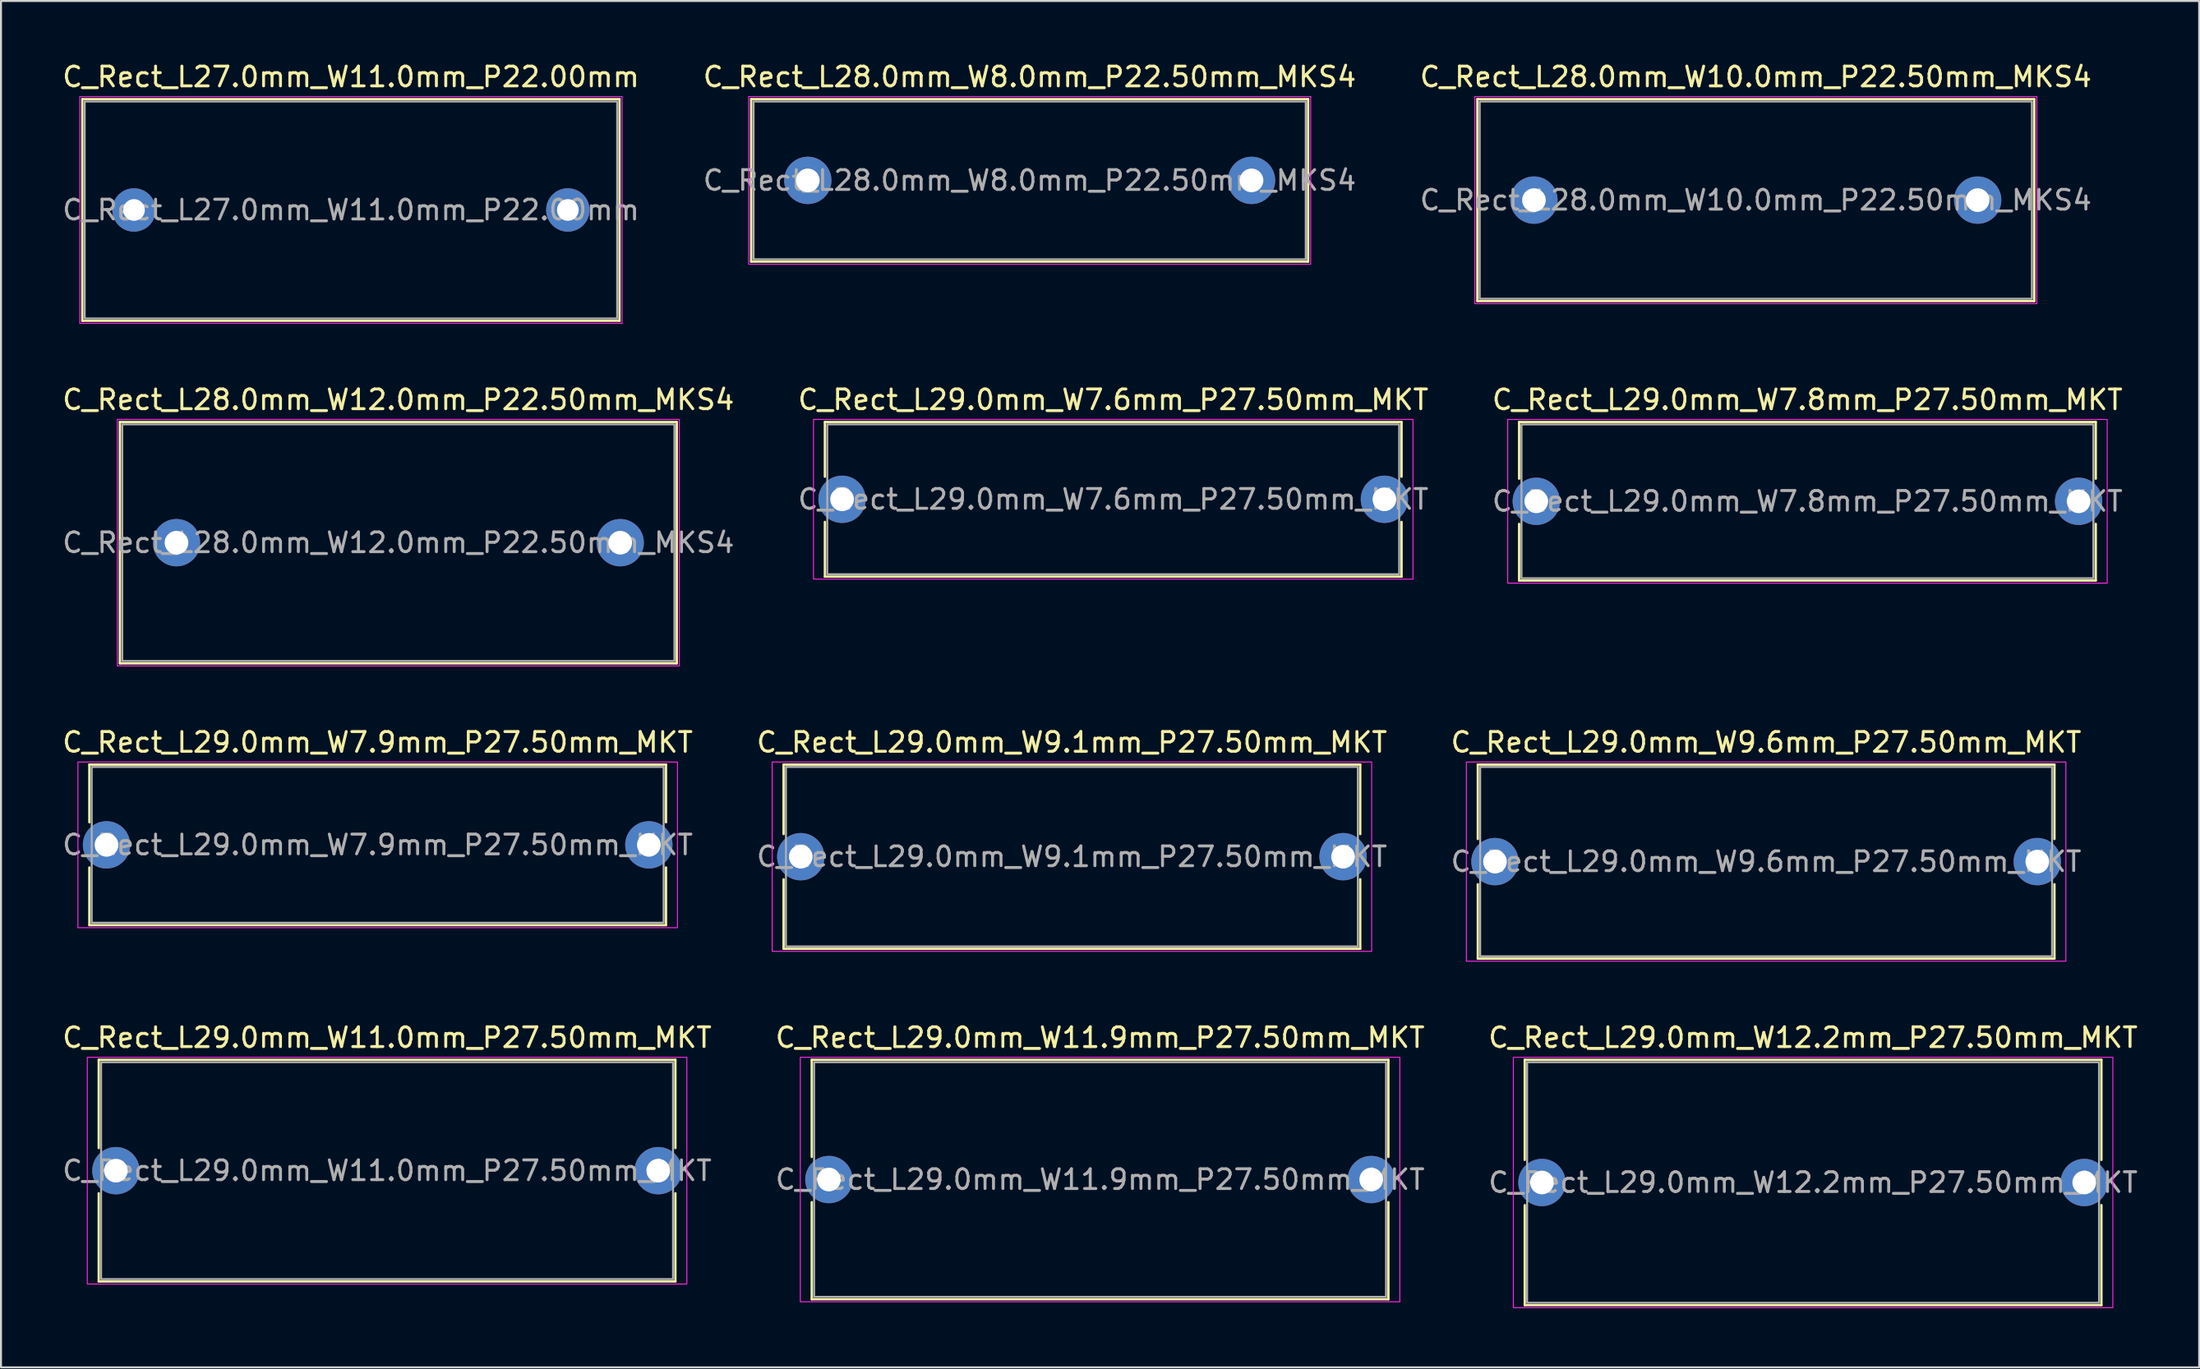
<source format=kicad_pcb>
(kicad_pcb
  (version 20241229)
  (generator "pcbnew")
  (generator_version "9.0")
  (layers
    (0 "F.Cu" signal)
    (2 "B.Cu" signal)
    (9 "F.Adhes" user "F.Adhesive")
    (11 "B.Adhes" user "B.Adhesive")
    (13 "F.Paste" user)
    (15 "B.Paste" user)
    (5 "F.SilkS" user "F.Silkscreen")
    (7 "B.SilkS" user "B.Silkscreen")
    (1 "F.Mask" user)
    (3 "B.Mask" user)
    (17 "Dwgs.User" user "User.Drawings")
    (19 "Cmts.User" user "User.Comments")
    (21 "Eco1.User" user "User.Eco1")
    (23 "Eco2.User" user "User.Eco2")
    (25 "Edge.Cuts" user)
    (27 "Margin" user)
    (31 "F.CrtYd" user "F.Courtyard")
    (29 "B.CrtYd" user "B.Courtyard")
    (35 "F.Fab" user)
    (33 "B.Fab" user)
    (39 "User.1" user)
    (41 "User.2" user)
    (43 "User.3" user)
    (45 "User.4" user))
  (footprint "C_Rect_L29.0mm_W9.6mm_P27.50mm_MKT"
    (layer "F.Cu")
    (at 72.756 40.645)
    (property "Reference" "C_Rect_L29.0mm_W9.6mm_P27.50mm_MKT" (at 13.75 -6.05 0) (layer "F.SilkS") (effects (font (size 1 1) (thickness 0.15))))
    (attr through_hole)
    (fp_line (start -0.87 -4.92) (end 28.37 -4.92) (stroke (width 0.12) (type solid)) (layer "F.SilkS"))
    (fp_line (start -0.87 -1.147) (end -0.87 -4.92) (stroke (width 0.12) (type solid)) (layer "F.SilkS"))
    (fp_line (start -0.87 4.92) (end -0.87 1.147) (stroke (width 0.12) (type solid)) (layer "F.SilkS"))
    (fp_line (start 28.37 -4.92) (end 28.37 -1.147) (stroke (width 0.12) (type solid)) (layer "F.SilkS"))
    (fp_line (start 28.37 1.147) (end 28.37 4.92) (stroke (width 0.12) (type solid)) (layer "F.SilkS"))
    (fp_line (start 28.37 4.92) (end -0.87 4.92) (stroke (width 0.12) (type solid)) (layer "F.SilkS"))
    (fp_rect (start -1.45 -5.05) (end 28.95 5.05) (stroke (width 0.05) (type solid)) (fill no) (layer "F.CrtYd"))
    (fp_rect (start -0.75 -4.8) (end 28.25 4.8) (stroke (width 0.1) (type solid)) (fill no) (layer "F.Fab"))
    (fp_text user "${REFERENCE}" (at 13.75 0 0) (layer "F.Fab") (effects (font (size 1 1) (thickness 0.15))))
    (pad "1" thru_hole circle (at 0 0) (size 2.4 2.4) (drill 1.2) (layers "*.Cu" "*.Mask"))
    (pad "2" thru_hole circle (at 27.5 0) (size 2.4 2.4) (drill 1.2) (layers "*.Cu" "*.Mask")))
  (footprint "C_Rect_L29.0mm_W11.9mm_P27.50mm_MKT"
    (layer "F.Cu")
    (at 38.982 56.768)
    (property "Reference" "C_Rect_L29.0mm_W11.9mm_P27.50mm_MKT" (at 13.75 -7.2 0) (layer "F.SilkS") (effects (font (size 1 1) (thickness 0.15))))
    (attr through_hole)
    (fp_line (start -0.87 -6.07) (end 28.37 -6.07) (stroke (width 0.12) (type solid)) (layer "F.SilkS"))
    (fp_line (start -0.87 -1.147) (end -0.87 -6.07) (stroke (width 0.12) (type solid)) (layer "F.SilkS"))
    (fp_line (start -0.87 6.07) (end -0.87 1.147) (stroke (width 0.12) (type solid)) (layer "F.SilkS"))
    (fp_line (start 28.37 -6.07) (end 28.37 -1.147) (stroke (width 0.12) (type solid)) (layer "F.SilkS"))
    (fp_line (start 28.37 1.147) (end 28.37 6.07) (stroke (width 0.12) (type solid)) (layer "F.SilkS"))
    (fp_line (start 28.37 6.07) (end -0.87 6.07) (stroke (width 0.12) (type solid)) (layer "F.SilkS"))
    (fp_rect (start -1.45 -6.2) (end 28.95 6.2) (stroke (width 0.05) (type solid)) (fill no) (layer "F.CrtYd"))
    (fp_rect (start -0.75 -5.95) (end 28.25 5.95) (stroke (width 0.1) (type solid)) (fill no) (layer "F.Fab"))
    (fp_text user "${REFERENCE}" (at 13.75 0 0) (layer "F.Fab") (effects (font (size 1 1) (thickness 0.15))))
    (pad "1" thru_hole circle (at 0 0) (size 2.4 2.4) (drill 1.2) (layers "*.Cu" "*.Mask"))
    (pad "2" thru_hole circle (at 27.5 0) (size 2.4 2.4) (drill 1.2) (layers "*.Cu" "*.Mask")))
  (footprint "C_Rect_L29.0mm_W12.2mm_P27.50mm_MKT"
    (layer "F.Cu")
    (at 75.137 56.918)
    (property "Reference" "C_Rect_L29.0mm_W12.2mm_P27.50mm_MKT" (at 13.75 -7.35 0) (layer "F.SilkS") (effects (font (size 1 1) (thickness 0.15))))
    (attr through_hole)
    (fp_line (start -0.87 -6.22) (end 28.37 -6.22) (stroke (width 0.12) (type solid)) (layer "F.SilkS"))
    (fp_line (start -0.87 -1.147) (end -0.87 -6.22) (stroke (width 0.12) (type solid)) (layer "F.SilkS"))
    (fp_line (start -0.87 6.22) (end -0.87 1.147) (stroke (width 0.12) (type solid)) (layer "F.SilkS"))
    (fp_line (start 28.37 -6.22) (end 28.37 -1.147) (stroke (width 0.12) (type solid)) (layer "F.SilkS"))
    (fp_line (start 28.37 1.147) (end 28.37 6.22) (stroke (width 0.12) (type solid)) (layer "F.SilkS"))
    (fp_line (start 28.37 6.22) (end -0.87 6.22) (stroke (width 0.12) (type solid)) (layer "F.SilkS"))
    (fp_rect (start -1.45 -6.35) (end 28.95 6.35) (stroke (width 0.05) (type solid)) (fill no) (layer "F.CrtYd"))
    (fp_rect (start -0.75 -6.1) (end 28.25 6.1) (stroke (width 0.1) (type solid)) (fill no) (layer "F.Fab"))
    (fp_text user "${REFERENCE}" (at 13.75 0 0) (layer "F.Fab") (effects (font (size 1 1) (thickness 0.15))))
    (pad "1" thru_hole circle (at 0 0) (size 2.4 2.4) (drill 1.2) (layers "*.Cu" "*.Mask"))
    (pad "2" thru_hole circle (at 27.5 0) (size 2.4 2.4) (drill 1.2) (layers "*.Cu" "*.Mask")))
  (footprint "C_Rect_L29.0mm_W9.1mm_P27.50mm_MKT"
    (layer "F.Cu")
    (at 37.554 40.395)
    (property "Reference" "C_Rect_L29.0mm_W9.1mm_P27.50mm_MKT" (at 13.75 -5.8 0) (layer "F.SilkS") (effects (font (size 1 1) (thickness 0.15))))
    (attr through_hole)
    (fp_line (start -0.87 -4.67) (end 28.37 -4.67) (stroke (width 0.12) (type solid)) (layer "F.SilkS"))
    (fp_line (start -0.87 -1.147) (end -0.87 -4.67) (stroke (width 0.12) (type solid)) (layer "F.SilkS"))
    (fp_line (start -0.87 4.67) (end -0.87 1.147) (stroke (width 0.12) (type solid)) (layer "F.SilkS"))
    (fp_line (start 28.37 -4.67) (end 28.37 -1.147) (stroke (width 0.12) (type solid)) (layer "F.SilkS"))
    (fp_line (start 28.37 1.147) (end 28.37 4.67) (stroke (width 0.12) (type solid)) (layer "F.SilkS"))
    (fp_line (start 28.37 4.67) (end -0.87 4.67) (stroke (width 0.12) (type solid)) (layer "F.SilkS"))
    (fp_rect (start -1.45 -4.8) (end 28.95 4.8) (stroke (width 0.05) (type solid)) (fill no) (layer "F.CrtYd"))
    (fp_rect (start -0.75 -4.55) (end 28.25 4.55) (stroke (width 0.1) (type solid)) (fill no) (layer "F.Fab"))
    (fp_text user "${REFERENCE}" (at 13.75 0 0) (layer "F.Fab") (effects (font (size 1 1) (thickness 0.15))))
    (pad "1" thru_hole circle (at 0 0) (size 2.4 2.4) (drill 1.2) (layers "*.Cu" "*.Mask"))
    (pad "2" thru_hole circle (at 27.5 0) (size 2.4 2.4) (drill 1.2) (layers "*.Cu" "*.Mask")))
  (footprint "C_Rect_L29.0mm_W11.0mm_P27.50mm_MKT"
    (layer "F.Cu")
    (at 2.827 56.318)
    (property "Reference" "C_Rect_L29.0mm_W11.0mm_P27.50mm_MKT" (at 13.75 -6.75 0) (layer "F.SilkS") (effects (font (size 1 1) (thickness 0.15))))
    (attr through_hole)
    (fp_line (start -0.87 -5.62) (end 28.37 -5.62) (stroke (width 0.12) (type solid)) (layer "F.SilkS"))
    (fp_line (start -0.87 -1.147) (end -0.87 -5.62) (stroke (width 0.12) (type solid)) (layer "F.SilkS"))
    (fp_line (start -0.87 5.62) (end -0.87 1.147) (stroke (width 0.12) (type solid)) (layer "F.SilkS"))
    (fp_line (start 28.37 -5.62) (end 28.37 -1.147) (stroke (width 0.12) (type solid)) (layer "F.SilkS"))
    (fp_line (start 28.37 1.147) (end 28.37 5.62) (stroke (width 0.12) (type solid)) (layer "F.SilkS"))
    (fp_line (start 28.37 5.62) (end -0.87 5.62) (stroke (width 0.12) (type solid)) (layer "F.SilkS"))
    (fp_rect (start -1.45 -5.75) (end 28.95 5.75) (stroke (width 0.05) (type solid)) (fill no) (layer "F.CrtYd"))
    (fp_rect (start -0.75 -5.5) (end 28.25 5.5) (stroke (width 0.1) (type solid)) (fill no) (layer "F.Fab"))
    (fp_text user "${REFERENCE}" (at 13.75 0 0) (layer "F.Fab") (effects (font (size 1 1) (thickness 0.15))))
    (pad "1" thru_hole circle (at 0 0) (size 2.4 2.4) (drill 1.2) (layers "*.Cu" "*.Mask"))
    (pad "2" thru_hole circle (at 27.5 0) (size 2.4 2.4) (drill 1.2) (layers "*.Cu" "*.Mask")))
  (footprint "C_Rect_L28.0mm_W8.0mm_P22.50mm_MKS4"
    (layer "F.Cu")
    (at 37.911 6.098)
    (property "Reference" "C_Rect_L28.0mm_W8.0mm_P22.50mm_MKS4" (at 11.25 -5.25 0) (layer "F.SilkS") (effects (font (size 1 1) (thickness 0.15))))
    (attr through_hole)
    (fp_line (start -2.87 -4.12) (end 25.37 -4.12) (stroke (width 0.12) (type solid)) (layer "F.SilkS"))
    (fp_line (start -2.87 4.12) (end -2.87 -4.12) (stroke (width 0.12) (type solid)) (layer "F.SilkS"))
    (fp_line (start 25.37 -4.12) (end 25.37 4.12) (stroke (width 0.12) (type solid)) (layer "F.SilkS"))
    (fp_line (start 25.37 4.12) (end -2.87 4.12) (stroke (width 0.12) (type solid)) (layer "F.SilkS"))
    (fp_rect (start -3 -4.25) (end 25.5 4.25) (stroke (width 0.05) (type solid)) (fill no) (layer "F.CrtYd"))
    (fp_rect (start -2.75 -4) (end 25.25 4) (stroke (width 0.1) (type solid)) (fill no) (layer "F.Fab"))
    (fp_text user "${REFERENCE}" (at 11.25 0 0) (layer "F.Fab") (effects (font (size 1 1) (thickness 0.15))))
    (pad "1" thru_hole circle (at 0 0) (size 2.4 2.4) (drill 1.2) (layers "*.Cu" "*.Mask"))
    (pad "2" thru_hole circle (at 22.5 0) (size 2.4 2.4) (drill 1.2) (layers "*.Cu" "*.Mask")))
  (footprint "C_Rect_L27.0mm_W11.0mm_P22.00mm"
    (layer "F.Cu")
    (at 3.744 7.598)
    (property "Reference" "C_Rect_L27.0mm_W11.0mm_P22.00mm" (at 11 -6.75 0) (layer "F.SilkS") (effects (font (size 1 1) (thickness 0.15))))
    (attr through_hole)
    (fp_line (start -2.62 -5.62) (end 24.62 -5.62) (stroke (width 0.12) (type solid)) (layer "F.SilkS"))
    (fp_line (start -2.62 5.62) (end -2.62 -5.62) (stroke (width 0.12) (type solid)) (layer "F.SilkS"))
    (fp_line (start 24.62 -5.62) (end 24.62 5.62) (stroke (width 0.12) (type solid)) (layer "F.SilkS"))
    (fp_line (start 24.62 5.62) (end -2.62 5.62) (stroke (width 0.12) (type solid)) (layer "F.SilkS"))
    (fp_rect (start -2.75 -5.75) (end 24.75 5.75) (stroke (width 0.05) (type solid)) (fill no) (layer "F.CrtYd"))
    (fp_rect (start -2.5 -5.5) (end 24.5 5.5) (stroke (width 0.1) (type solid)) (fill no) (layer "F.Fab"))
    (fp_text user "${REFERENCE}" (at 11 0 0) (layer "F.Fab") (effects (font (size 1 1) (thickness 0.15))))
    (pad "1" thru_hole circle (at 0 0) (size 2.2 2.2) (drill 1.1) (layers "*.Cu" "*.Mask"))
    (pad "2" thru_hole circle (at 22 0) (size 2.2 2.2) (drill 1.1) (layers "*.Cu" "*.Mask")))
  (footprint "C_Rect_L29.0mm_W7.9mm_P27.50mm_MKT"
    (layer "F.Cu")
    (at 2.351 39.795)
    (property "Reference" "C_Rect_L29.0mm_W7.9mm_P27.50mm_MKT" (at 13.75 -5.2 0) (layer "F.SilkS") (effects (font (size 1 1) (thickness 0.15))))
    (attr through_hole)
    (fp_line (start -0.87 -4.07) (end 28.37 -4.07) (stroke (width 0.12) (type solid)) (layer "F.SilkS"))
    (fp_line (start -0.87 -1.147) (end -0.87 -4.07) (stroke (width 0.12) (type solid)) (layer "F.SilkS"))
    (fp_line (start -0.87 4.07) (end -0.87 1.147) (stroke (width 0.12) (type solid)) (layer "F.SilkS"))
    (fp_line (start 28.37 -4.07) (end 28.37 -1.147) (stroke (width 0.12) (type solid)) (layer "F.SilkS"))
    (fp_line (start 28.37 1.147) (end 28.37 4.07) (stroke (width 0.12) (type solid)) (layer "F.SilkS"))
    (fp_line (start 28.37 4.07) (end -0.87 4.07) (stroke (width 0.12) (type solid)) (layer "F.SilkS"))
    (fp_rect (start -1.45 -4.2) (end 28.95 4.2) (stroke (width 0.05) (type solid)) (fill no) (layer "F.CrtYd"))
    (fp_rect (start -0.75 -3.95) (end 28.25 3.95) (stroke (width 0.1) (type solid)) (fill no) (layer "F.Fab"))
    (fp_text user "${REFERENCE}" (at 13.75 0 0) (layer "F.Fab") (effects (font (size 1 1) (thickness 0.15))))
    (pad "1" thru_hole circle (at 0 0) (size 2.4 2.4) (drill 1.2) (layers "*.Cu" "*.Mask"))
    (pad "2" thru_hole circle (at 27.5 0) (size 2.4 2.4) (drill 1.2) (layers "*.Cu" "*.Mask")))
  (footprint "C_Rect_L29.0mm_W7.6mm_P27.50mm_MKT"
    (layer "F.Cu")
    (at 39.649 22.271)
    (property "Reference" "C_Rect_L29.0mm_W7.6mm_P27.50mm_MKT" (at 13.75 -5.05 0) (layer "F.SilkS") (effects (font (size 1 1) (thickness 0.15))))
    (attr through_hole)
    (fp_line (start -0.87 -3.92) (end 28.37 -3.92) (stroke (width 0.12) (type solid)) (layer "F.SilkS"))
    (fp_line (start -0.87 -1.147) (end -0.87 -3.92) (stroke (width 0.12) (type solid)) (layer "F.SilkS"))
    (fp_line (start -0.87 3.92) (end -0.87 1.147) (stroke (width 0.12) (type solid)) (layer "F.SilkS"))
    (fp_line (start 28.37 -3.92) (end 28.37 -1.147) (stroke (width 0.12) (type solid)) (layer "F.SilkS"))
    (fp_line (start 28.37 1.147) (end 28.37 3.92) (stroke (width 0.12) (type solid)) (layer "F.SilkS"))
    (fp_line (start 28.37 3.92) (end -0.87 3.92) (stroke (width 0.12) (type solid)) (layer "F.SilkS"))
    (fp_rect (start -1.45 -4.05) (end 28.95 4.05) (stroke (width 0.05) (type solid)) (fill no) (layer "F.CrtYd"))
    (fp_rect (start -0.75 -3.8) (end 28.25 3.8) (stroke (width 0.1) (type solid)) (fill no) (layer "F.Fab"))
    (fp_text user "${REFERENCE}" (at 13.75 0 0) (layer "F.Fab") (effects (font (size 1 1) (thickness 0.15))))
    (pad "1" thru_hole circle (at 0 0) (size 2.4 2.4) (drill 1.2) (layers "*.Cu" "*.Mask"))
    (pad "2" thru_hole circle (at 27.5 0) (size 2.4 2.4) (drill 1.2) (layers "*.Cu" "*.Mask")))
  (footprint "C_Rect_L29.0mm_W7.8mm_P27.50mm_MKT"
    (layer "F.Cu")
    (at 74.851 22.372)
    (property "Reference" "C_Rect_L29.0mm_W7.8mm_P27.50mm_MKT" (at 13.75 -5.15 0) (layer "F.SilkS") (effects (font (size 1 1) (thickness 0.15))))
    (attr through_hole)
    (fp_line (start -0.87 -4.02) (end 28.37 -4.02) (stroke (width 0.12) (type solid)) (layer "F.SilkS"))
    (fp_line (start -0.87 -1.147) (end -0.87 -4.02) (stroke (width 0.12) (type solid)) (layer "F.SilkS"))
    (fp_line (start -0.87 4.02) (end -0.87 1.147) (stroke (width 0.12) (type solid)) (layer "F.SilkS"))
    (fp_line (start 28.37 -4.02) (end 28.37 -1.147) (stroke (width 0.12) (type solid)) (layer "F.SilkS"))
    (fp_line (start 28.37 1.147) (end 28.37 4.02) (stroke (width 0.12) (type solid)) (layer "F.SilkS"))
    (fp_line (start 28.37 4.02) (end -0.87 4.02) (stroke (width 0.12) (type solid)) (layer "F.SilkS"))
    (fp_rect (start -1.45 -4.15) (end 28.95 4.15) (stroke (width 0.05) (type solid)) (fill no) (layer "F.CrtYd"))
    (fp_rect (start -0.75 -3.9) (end 28.25 3.9) (stroke (width 0.1) (type solid)) (fill no) (layer "F.Fab"))
    (fp_text user "${REFERENCE}" (at 13.75 0 0) (layer "F.Fab") (effects (font (size 1 1) (thickness 0.15))))
    (pad "1" thru_hole circle (at 0 0) (size 2.4 2.4) (drill 1.2) (layers "*.Cu" "*.Mask"))
    (pad "2" thru_hole circle (at 27.5 0) (size 2.4 2.4) (drill 1.2) (layers "*.Cu" "*.Mask")))
  (footprint "C_Rect_L28.0mm_W10.0mm_P22.50mm_MKS4"
    (layer "F.Cu")
    (at 74.732 7.098)
    (property "Reference" "C_Rect_L28.0mm_W10.0mm_P22.50mm_MKS4" (at 11.25 -6.25 0) (layer "F.SilkS") (effects (font (size 1 1) (thickness 0.15))))
    (attr through_hole)
    (fp_line (start -2.87 -5.12) (end 25.37 -5.12) (stroke (width 0.12) (type solid)) (layer "F.SilkS"))
    (fp_line (start -2.87 5.12) (end -2.87 -5.12) (stroke (width 0.12) (type solid)) (layer "F.SilkS"))
    (fp_line (start 25.37 -5.12) (end 25.37 5.12) (stroke (width 0.12) (type solid)) (layer "F.SilkS"))
    (fp_line (start 25.37 5.12) (end -2.87 5.12) (stroke (width 0.12) (type solid)) (layer "F.SilkS"))
    (fp_rect (start -3 -5.25) (end 25.5 5.25) (stroke (width 0.05) (type solid)) (fill no) (layer "F.CrtYd"))
    (fp_rect (start -2.75 -5) (end 25.25 5) (stroke (width 0.1) (type solid)) (fill no) (layer "F.Fab"))
    (fp_text user "${REFERENCE}" (at 11.25 0 0) (layer "F.Fab") (effects (font (size 1 1) (thickness 0.15))))
    (pad "1" thru_hole circle (at 0 0) (size 2.4 2.4) (drill 1.2) (layers "*.Cu" "*.Mask"))
    (pad "2" thru_hole circle (at 22.5 0) (size 2.4 2.4) (drill 1.2) (layers "*.Cu" "*.Mask")))
  (footprint "C_Rect_L28.0mm_W12.0mm_P22.50mm_MKS4"
    (layer "F.Cu")
    (at 5.899 24.471)
    (property "Reference" "C_Rect_L28.0mm_W12.0mm_P22.50mm_MKS4" (at 11.25 -7.25 0) (layer "F.SilkS") (effects (font (size 1 1) (thickness 0.15))))
    (attr through_hole)
    (fp_line (start -2.87 -6.12) (end 25.37 -6.12) (stroke (width 0.12) (type solid)) (layer "F.SilkS"))
    (fp_line (start -2.87 6.12) (end -2.87 -6.12) (stroke (width 0.12) (type solid)) (layer "F.SilkS"))
    (fp_line (start 25.37 -6.12) (end 25.37 6.12) (stroke (width 0.12) (type solid)) (layer "F.SilkS"))
    (fp_line (start 25.37 6.12) (end -2.87 6.12) (stroke (width 0.12) (type solid)) (layer "F.SilkS"))
    (fp_rect (start -3 -6.25) (end 25.5 6.25) (stroke (width 0.05) (type solid)) (fill no) (layer "F.CrtYd"))
    (fp_rect (start -2.75 -6) (end 25.25 6) (stroke (width 0.1) (type solid)) (fill no) (layer "F.Fab"))
    (fp_text user "${REFERENCE}" (at 11.25 0 0) (layer "F.Fab") (effects (font (size 1 1) (thickness 0.15))))
    (pad "1" thru_hole circle (at 0 0) (size 2.4 2.4) (drill 1.2) (layers "*.Cu" "*.Mask"))
    (pad "2" thru_hole circle (at 22.5 0) (size 2.4 2.4) (drill 1.2) (layers "*.Cu" "*.Mask")))
  (gr_rect
    (start -3 -3)
    (end 108.464 66.293)
    (stroke (width 0.1) (type default))
    (fill no)
    (layer "Edge.Cuts")))
</source>
